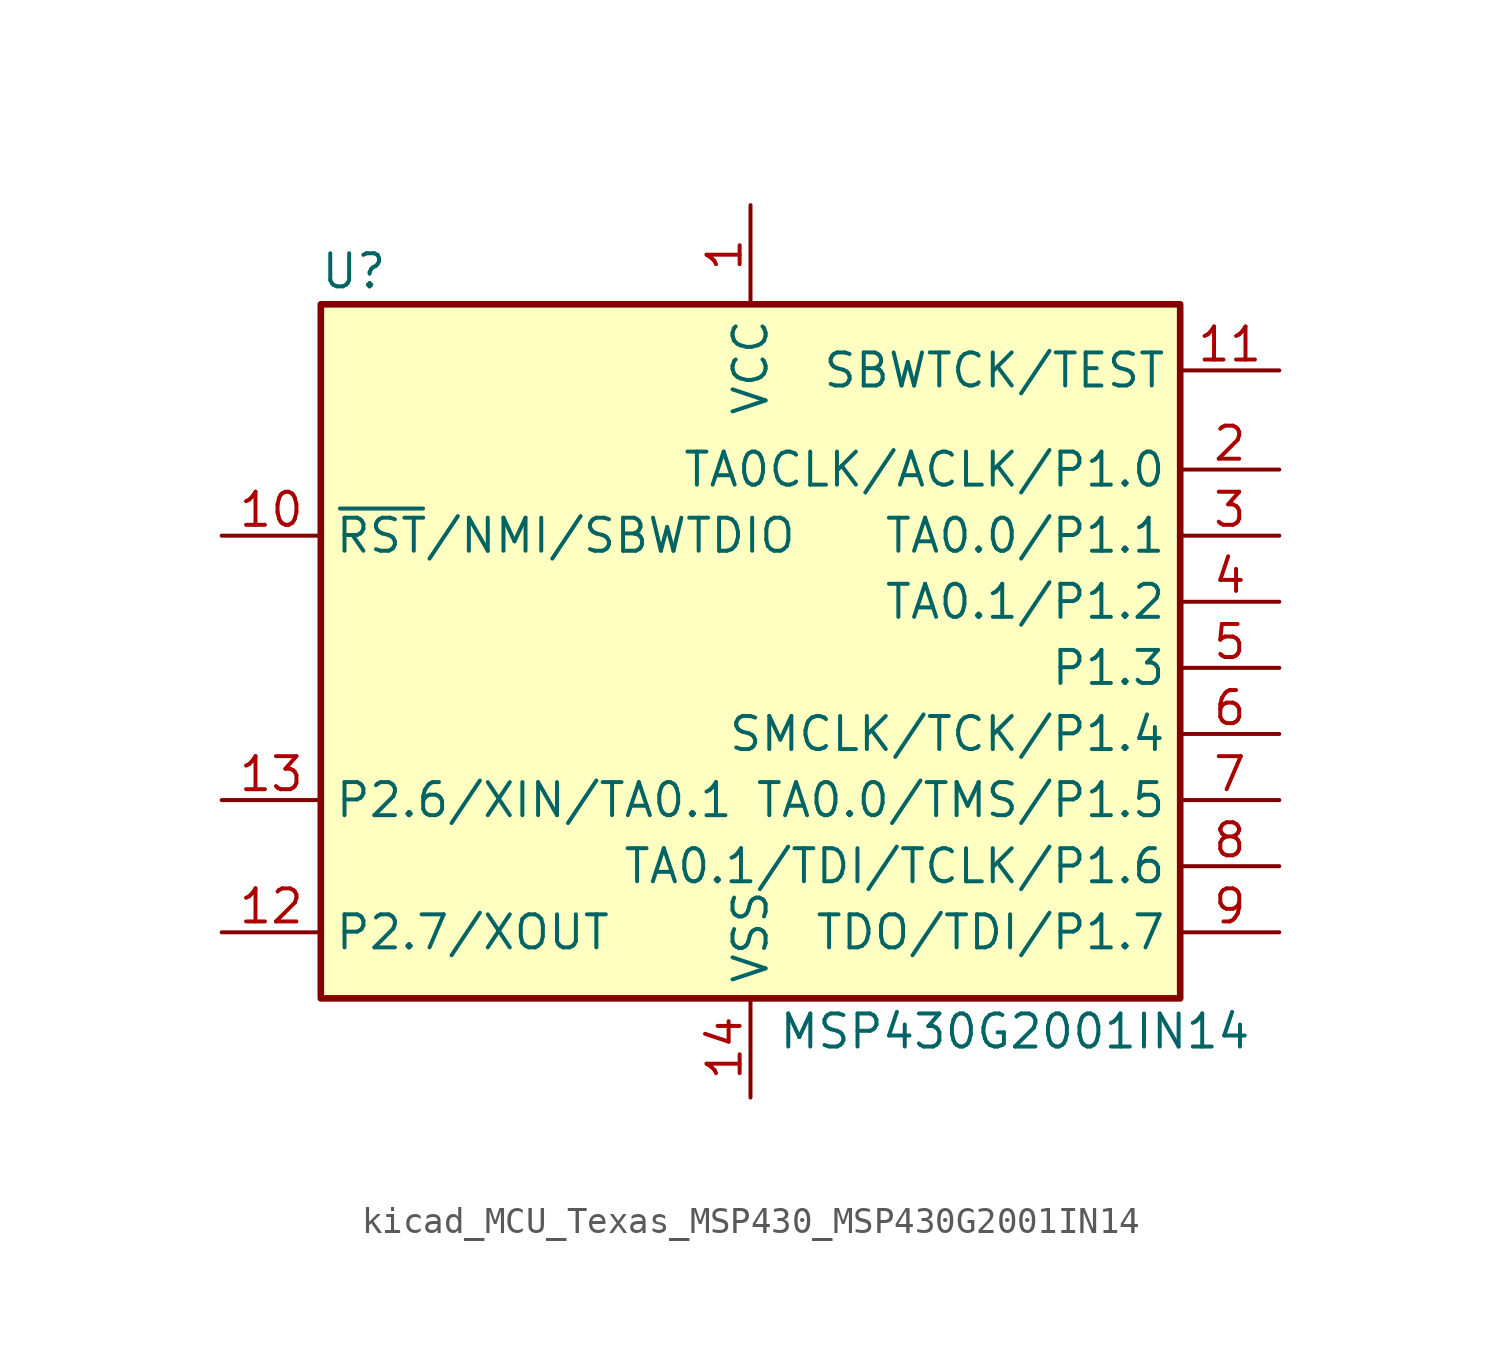
<source format=kicad_sym>
(kicad_symbol_lib
  (version 20220914)
  (generator kicad_symbol_editor)
  (symbol "kicad_MCU_Texas_MSP430_MSP430G2001IN14"
    (property "Reference" "U"
      (at -15.24 15.24 0)
      (effects (font (size 1.27 1.27))))
    (property "Value" "MSP430G2001IN14"
      (at 10.16 -13.97 0)
      (effects (font (size 1.27 1.27))))
    (symbol "kicad_MCU_Texas_MSP430_MSP430G2001IN14_0_1"
      (rectangle (start -16.51 13.97) (end 16.51 -12.7) (stroke (width 0.254) (type default)) (fill (type background))))
    (symbol "kicad_MCU_Texas_MSP430_MSP430G2001IN14_1_1"
      (pin power_in line (at 0 17.78 270) (length 3.81) (name "VCC" (effects (font (size 1.27 1.27)))) (number "1" (effects (font (size 1.27 1.27)))))
      (pin input line (at -20.32 5.08 0) (length 3.81) (name "~{RST}/NMI/SBWTDIO" (effects (font (size 1.27 1.27)))) (number "10" (effects (font (size 1.27 1.27)))))
      (pin input line (at 20.32 11.43 180) (length 3.81) (name "SBWTCK/TEST" (effects (font (size 1.27 1.27)))) (number "11" (effects (font (size 1.27 1.27)))))
      (pin bidirectional line (at -20.32 -10.16 0) (length 3.81) (name "P2.7/XOUT" (effects (font (size 1.27 1.27)))) (number "12" (effects (font (size 1.27 1.27)))))
      (pin bidirectional line (at -20.32 -5.08 0) (length 3.81) (name "P2.6/XIN/TA0.1" (effects (font (size 1.27 1.27)))) (number "13" (effects (font (size 1.27 1.27)))))
      (pin power_in line (at 0 -16.51 90) (length 3.81) (name "VSS" (effects (font (size 1.27 1.27)))) (number "14" (effects (font (size 1.27 1.27)))))
      (pin bidirectional line (at 20.32 7.62 180) (length 3.81) (name "TA0CLK/ACLK/P1.0" (effects (font (size 1.27 1.27)))) (number "2" (effects (font (size 1.27 1.27)))))
      (pin bidirectional line (at 20.32 5.08 180) (length 3.81) (name "TA0.0/P1.1" (effects (font (size 1.27 1.27)))) (number "3" (effects (font (size 1.27 1.27)))))
      (pin bidirectional line (at 20.32 2.54 180) (length 3.81) (name "TA0.1/P1.2" (effects (font (size 1.27 1.27)))) (number "4" (effects (font (size 1.27 1.27)))))
      (pin bidirectional line (at 20.32 0 180) (length 3.81) (name "P1.3" (effects (font (size 1.27 1.27)))) (number "5" (effects (font (size 1.27 1.27)))))
      (pin bidirectional line (at 20.32 -2.54 180) (length 3.81) (name "SMCLK/TCK/P1.4" (effects (font (size 1.27 1.27)))) (number "6" (effects (font (size 1.27 1.27)))))
      (pin bidirectional line (at 20.32 -5.08 180) (length 3.81) (name "TA0.0/TMS/P1.5" (effects (font (size 1.27 1.27)))) (number "7" (effects (font (size 1.27 1.27)))))
      (pin bidirectional line (at 20.32 -7.62 180) (length 3.81) (name "TA0.1/TDI/TCLK/P1.6" (effects (font (size 1.27 1.27)))) (number "8" (effects (font (size 1.27 1.27)))))
      (pin bidirectional line (at 20.32 -10.16 180) (length 3.81) (name "TDO/TDI/P1.7" (effects (font (size 1.27 1.27)))) (number "9" (effects (font (size 1.27 1.27))))))))
</source>
